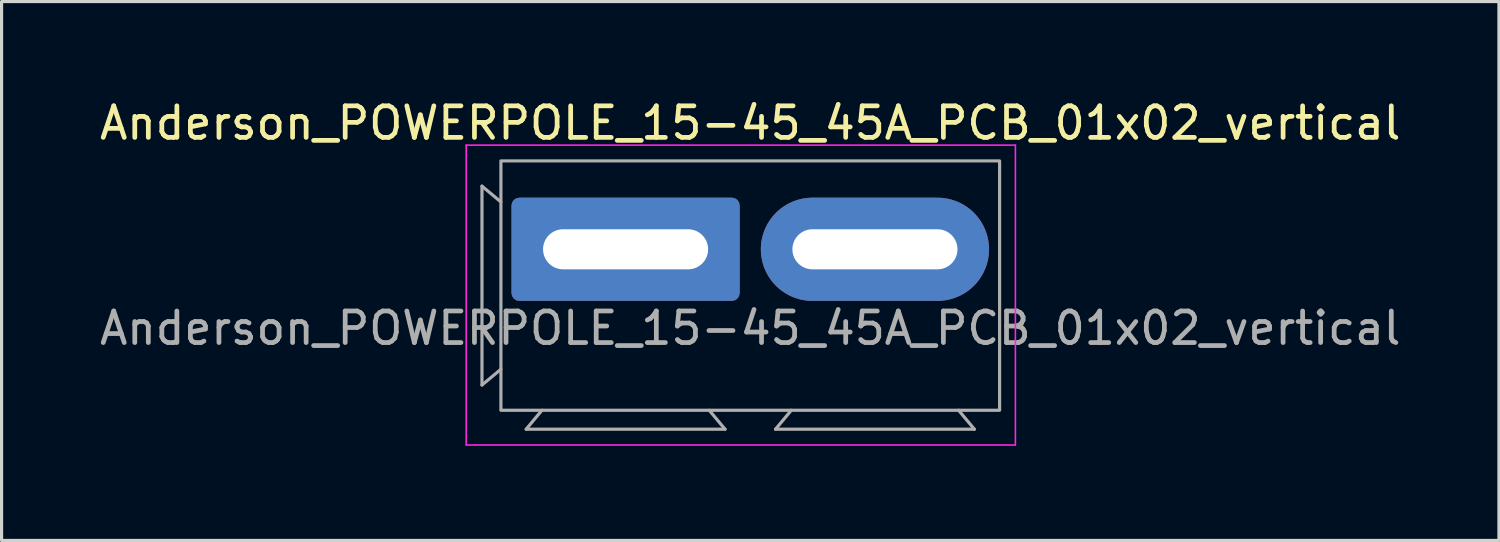
<source format=kicad_pcb>
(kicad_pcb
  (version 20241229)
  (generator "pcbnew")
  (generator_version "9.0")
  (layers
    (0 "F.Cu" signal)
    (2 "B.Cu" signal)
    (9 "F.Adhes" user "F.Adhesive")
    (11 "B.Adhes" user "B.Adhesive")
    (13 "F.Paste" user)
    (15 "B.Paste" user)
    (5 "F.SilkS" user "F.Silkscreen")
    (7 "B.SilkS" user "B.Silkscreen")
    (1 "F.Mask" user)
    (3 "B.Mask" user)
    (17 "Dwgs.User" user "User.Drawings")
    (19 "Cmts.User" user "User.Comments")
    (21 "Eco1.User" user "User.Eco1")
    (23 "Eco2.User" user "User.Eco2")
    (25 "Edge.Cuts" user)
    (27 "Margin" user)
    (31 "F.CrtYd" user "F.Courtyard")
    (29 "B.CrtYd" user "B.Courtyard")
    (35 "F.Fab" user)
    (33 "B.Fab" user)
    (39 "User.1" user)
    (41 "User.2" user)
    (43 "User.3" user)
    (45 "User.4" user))
  (footprint "Anderson_POWERPOLE_15-45_45A_PCB_01x02_vertical"
    (layer "F.Cu")
    (at 16.77 4.848)
    (property "Reference" "Anderson_POWERPOLE_15-45_45A_PCB_01x02_vertical" (at 3.95 -4 0) (unlocked yes) (layer "F.SilkS") (effects (font (size 1 1) (thickness 0.15))))
    (attr through_hole)
    (fp_line (start -5.05 -3.3) (end 12.35 -3.3) (stroke (width 0.05) (type default)) (layer "F.CrtYd"))
    (fp_line (start -5.05 6.2) (end -5.05 -3.3) (stroke (width 0.05) (type default)) (layer "F.CrtYd"))
    (fp_line (start 12.35 -3.3) (end 12.35 6.2) (stroke (width 0.05) (type default)) (layer "F.CrtYd"))
    (fp_line (start 12.35 6.2) (end -5.05 6.2) (stroke (width 0.05) (type default)) (layer "F.CrtYd"))
    (fp_line (start -4.55 -2) (end -4.55 4.3) (stroke (width 0.1) (type default)) (layer "F.Fab"))
    (fp_line (start -4.55 -2) (end -3.95 -1.5) (stroke (width 0.1) (type default)) (layer "F.Fab"))
    (fp_line (start -4.55 4.3) (end -3.95 3.8) (stroke (width 0.1) (type default)) (layer "F.Fab"))
    (fp_line (start -3.15 5.7) (end -2.65 5.1) (stroke (width 0.1) (type default)) (layer "F.Fab"))
    (fp_line (start -3.15 5.7) (end 3.15 5.7) (stroke (width 0.1) (type default)) (layer "F.Fab"))
    (fp_line (start 3.15 5.7) (end 2.65 5.1) (stroke (width 0.1) (type default)) (layer "F.Fab"))
    (fp_line (start 4.75 5.7) (end 5.25 5.1) (stroke (width 0.1) (type default)) (layer "F.Fab"))
    (fp_line (start 4.75 5.7) (end 11.05 5.7) (stroke (width 0.1) (type default)) (layer "F.Fab"))
    (fp_line (start 11.05 5.7) (end 10.55 5.1) (stroke (width 0.1) (type default)) (layer "F.Fab"))
    (fp_rect (start -3.95 -2.8) (end 11.85 5.1) (stroke (width 0.1) (type default)) (fill no) (layer "F.Fab"))
    (fp_text user "${REFERENCE}" (at 3.95 2.5 0) (unlocked yes) (layer "F.Fab") (effects (font (size 1 1) (thickness 0.15))))
    (pad "1" thru_hole roundrect (at 0 0) (size 7.23 3.27) (drill oval 5.23 1.27) (layers "*.Cu" "*.Mask") (roundrect_rratio 0.076))
    (pad "2" thru_hole oval (at 7.9 0) (size 7.23 3.27) (drill oval 5.23 1.27) (layers "*.Cu" "*.Mask")))
  (gr_rect
    (start -3 -3)
    (end 44.44 14.073)
    (stroke (width 0.1) (type default))
    (fill no)
    (layer "Edge.Cuts")))
</source>
